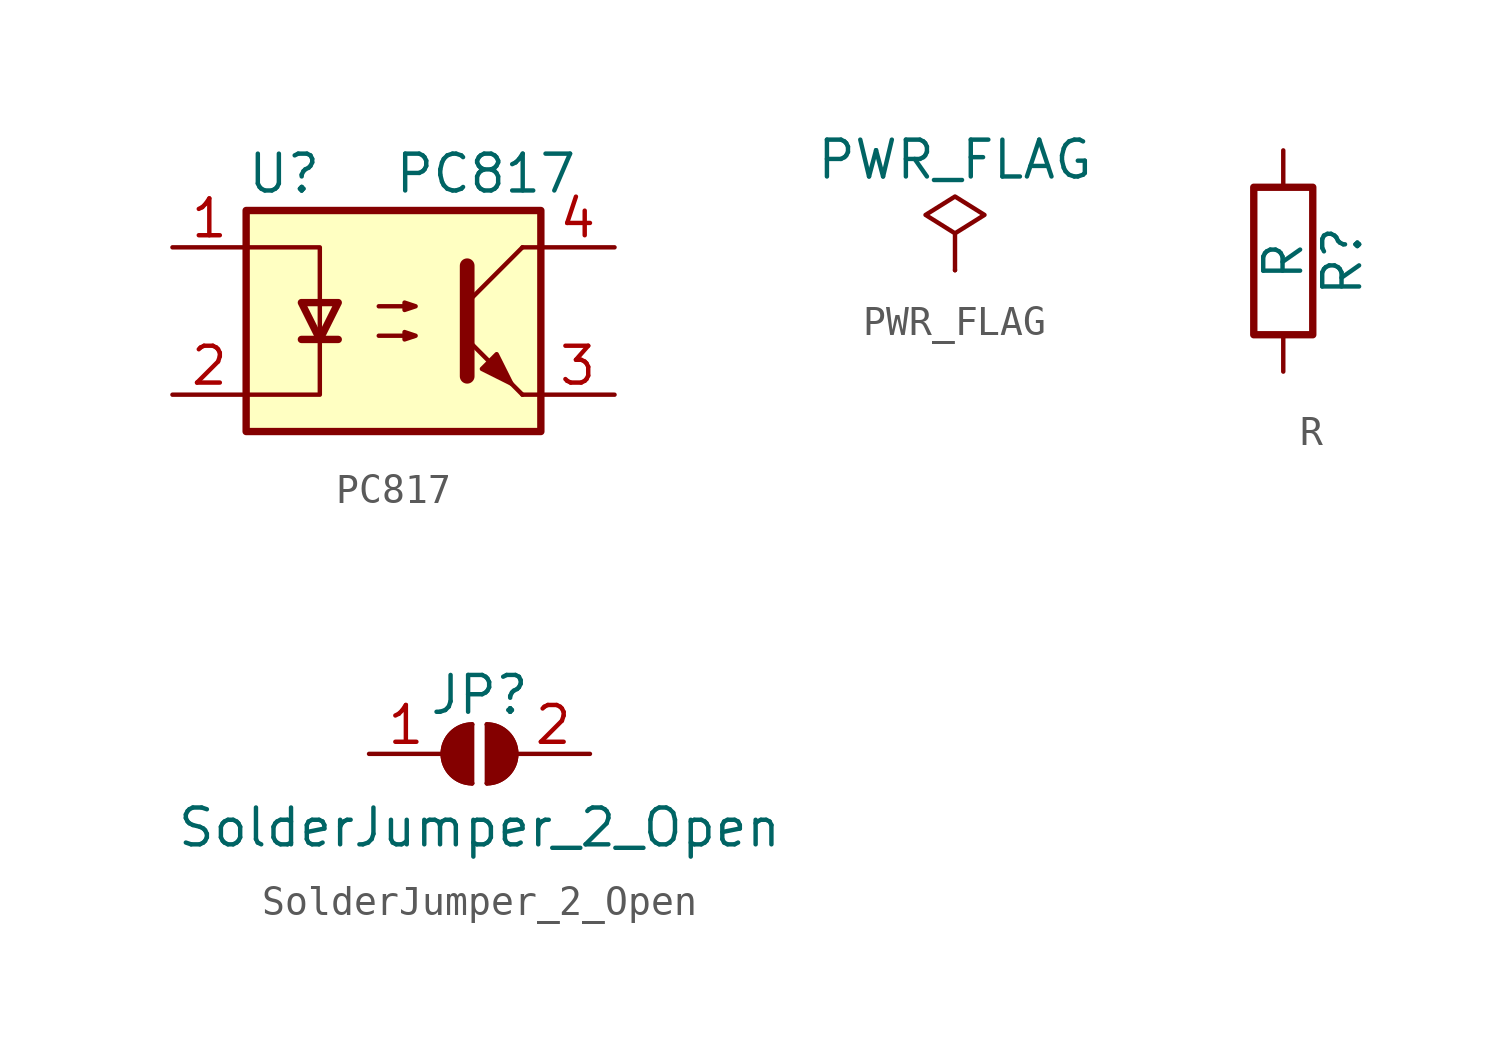
<source format=kicad_sym>
(kicad_symbol_lib
  (version 20201005)
  (generator kicad_symbol_editor)
  (symbol "UH_HA:PC817"
    (pin_names
      (offset 1.016))
    (property "Reference" "U"
      (at -5.08 5.08 0)
      (effects (font (size 1.27 1.27)) (justify left)))
    (property "Value" "PC817"
      (at 0 5.08 0)
      (effects (font (size 1.27 1.27)) (justify left)))
    (symbol "PC817_0_1"
      (rectangle (start -5.08 3.81) (end 5.08 -3.81) (stroke (width 0.254)) (fill (type background)))
      (polyline (pts (xy -3.175 -0.635) (xy -1.905 -0.635)) (stroke (width 0.254)) (fill (type none)))
      (polyline (pts (xy 2.54 0.635) (xy 4.445 2.54)) (stroke (width 0)) (fill (type none)))
      (polyline (pts (xy 4.445 -2.54) (xy 5.08 -2.54)) (stroke (width 0)) (fill (type none)))
      (polyline (pts (xy 4.445 2.54) (xy 5.08 2.54)) (stroke (width 0)) (fill (type none)))
      (polyline (pts (xy -5.08 2.54) (xy -2.54 2.54) (xy -2.54 -0.635)) (stroke (width 0)) (fill (type none)))
      (polyline (pts (xy -2.54 -0.635) (xy -2.54 -2.54) (xy -5.08 -2.54)) (stroke (width 0)) (fill (type none)))
      (polyline (pts (xy 2.54 1.905) (xy 2.54 -1.905) (xy 2.54 -1.905)) (stroke (width 0.508)) (fill (type none)))
      (polyline (pts (xy -2.54 -0.635) (xy -3.175 0.635) (xy -1.905 0.635) (xy -2.54 -0.635)) (stroke (width 0.254)) (fill (type none)))
      (polyline (pts (xy -0.508 -0.508) (xy 0.762 -0.508) (xy 0.381 -0.635) (xy 0.381 -0.381) (xy 0.762 -0.508)) (stroke (width 0)) (fill (type none)))
      (polyline (pts (xy -0.508 0.508) (xy 0.762 0.508) (xy 0.381 0.381) (xy 0.381 0.635) (xy 0.762 0.508)) (stroke (width 0)) (fill (type none)))
      (polyline (pts (xy 4.445 -2.54) (xy 2.54 -0.635)) (stroke (width 0)) (fill (type outline)))
      (polyline (pts (xy 3.048 -1.651) (xy 3.556 -1.143) (xy 4.064 -2.159) (xy 3.048 -1.651) (xy 3.048 -1.651)) (stroke (width 0)) (fill (type outline))))
    (symbol "PC817_1_1"
      (pin passive line (at -7.62 2.54 0) (length 2.54) (name "~" (effects (font (size 1.27 1.27)))) (number "1" (effects (font (size 1.27 1.27)))))
      (pin passive line (at -7.62 -2.54 0) (length 2.54) (name "~" (effects (font (size 1.27 1.27)))) (number "2" (effects (font (size 1.27 1.27)))))
      (pin passive line (at 7.62 -2.54 180) (length 2.54) (name "~" (effects (font (size 1.27 1.27)))) (number "3" (effects (font (size 1.27 1.27)))))
      (pin passive line (at 7.62 2.54 180) (length 2.54) (name "~" (effects (font (size 1.27 1.27)))) (number "4" (effects (font (size 1.27 1.27)))))))
  (symbol "UH_HA:PWR_FLAG"
    (power)
    (pin_numbers hide)
    (pin_names
      (offset 0) hide)
    (property "Reference" "#FLG"
      (at 0 1.905 0)
      (effects (font (size 1.27 1.27)) hide))
    (property "Value" "PWR_FLAG"
      (at 0 3.81 0)
      (effects (font (size 1.27 1.27))))
    (symbol "PWR_FLAG_0_0"
      (pin power_out line (at 0 0 90) (length 0) (name "pwr" (effects (font (size 1.27 1.27)))) (number "1" (effects (font (size 1.27 1.27))))))
    (symbol "PWR_FLAG_0_1"
      (polyline (pts (xy 0 0) (xy 0 1.27) (xy -1.016 1.905) (xy 0 2.54) (xy 1.016 1.905) (xy 0 1.27)) (stroke (width 0)) (fill (type none)))))
  (symbol "UH_HA:R"
    (pin_numbers hide)
    (pin_names
      (offset 0))
    (property "Reference" "R"
      (at 2.032 0 90)
      (effects (font (size 1.27 1.27))))
    (property "Value" "R"
      (at 0 0 90)
      (effects (font (size 1.27 1.27))))
    (symbol "R_0_1"
      (rectangle (start -1.016 -2.54) (end 1.016 2.54) (stroke (width 0.254)) (fill (type none))))
    (symbol "R_1_1"
      (pin passive line (at 0 3.81 270) (length 1.27) (name "~" (effects (font (size 1.27 1.27)))) (number "1" (effects (font (size 1.27 1.27)))))
      (pin passive line (at 0 -3.81 90) (length 1.27) (name "~" (effects (font (size 1.27 1.27)))) (number "2" (effects (font (size 1.27 1.27)))))))
  (symbol "UH_HA:SolderJumper_2_Open"
    (pin_names
      (offset 0) hide)
    (property "Reference" "JP"
      (at 0 2.032 0)
      (effects (font (size 1.27 1.27))))
    (property "Value" "SolderJumper_2_Open"
      (at 0 -2.54 0)
      (effects (font (size 1.27 1.27))))
    (symbol "SolderJumper_2_Open_0_1"
      (arc (start -0.254 1.016) (end -0.254 -1.016) (radius (at -0.254 0) (length 1.016) (angles 90.1 -90.1)) (stroke (width 0)) (fill (type none)))
      (arc (start 0.254 -1.016) (end 0.254 1.016) (radius (at 0.254 0) (length 1.016) (angles -89.9 89.9)) (stroke (width 0)) (fill (type none)))
      (arc (start -0.254 1.016) (end -0.254 -1.016) (radius (at -0.254 0) (length 1.016) (angles 90.1 -90.1)) (stroke (width 0)) (fill (type outline)))
      (arc (start 0.254 -1.016) (end 0.254 1.016) (radius (at 0.254 0) (length 1.016) (angles -89.9 89.9)) (stroke (width 0)) (fill (type outline)))
      (polyline (pts (xy -0.254 1.016) (xy -0.254 -1.016)) (stroke (width 0)) (fill (type none)))
      (polyline (pts (xy 0.254 1.016) (xy 0.254 -1.016)) (stroke (width 0)) (fill (type none))))
    (symbol "SolderJumper_2_Open_1_1"
      (pin passive line (at -3.81 0 0) (length 2.54) (name "A" (effects (font (size 1.27 1.27)))) (number "1" (effects (font (size 1.27 1.27)))))
      (pin passive line (at 3.81 0 180) (length 2.54) (name "B" (effects (font (size 1.27 1.27)))) (number "2" (effects (font (size 1.27 1.27))))))))
</source>
